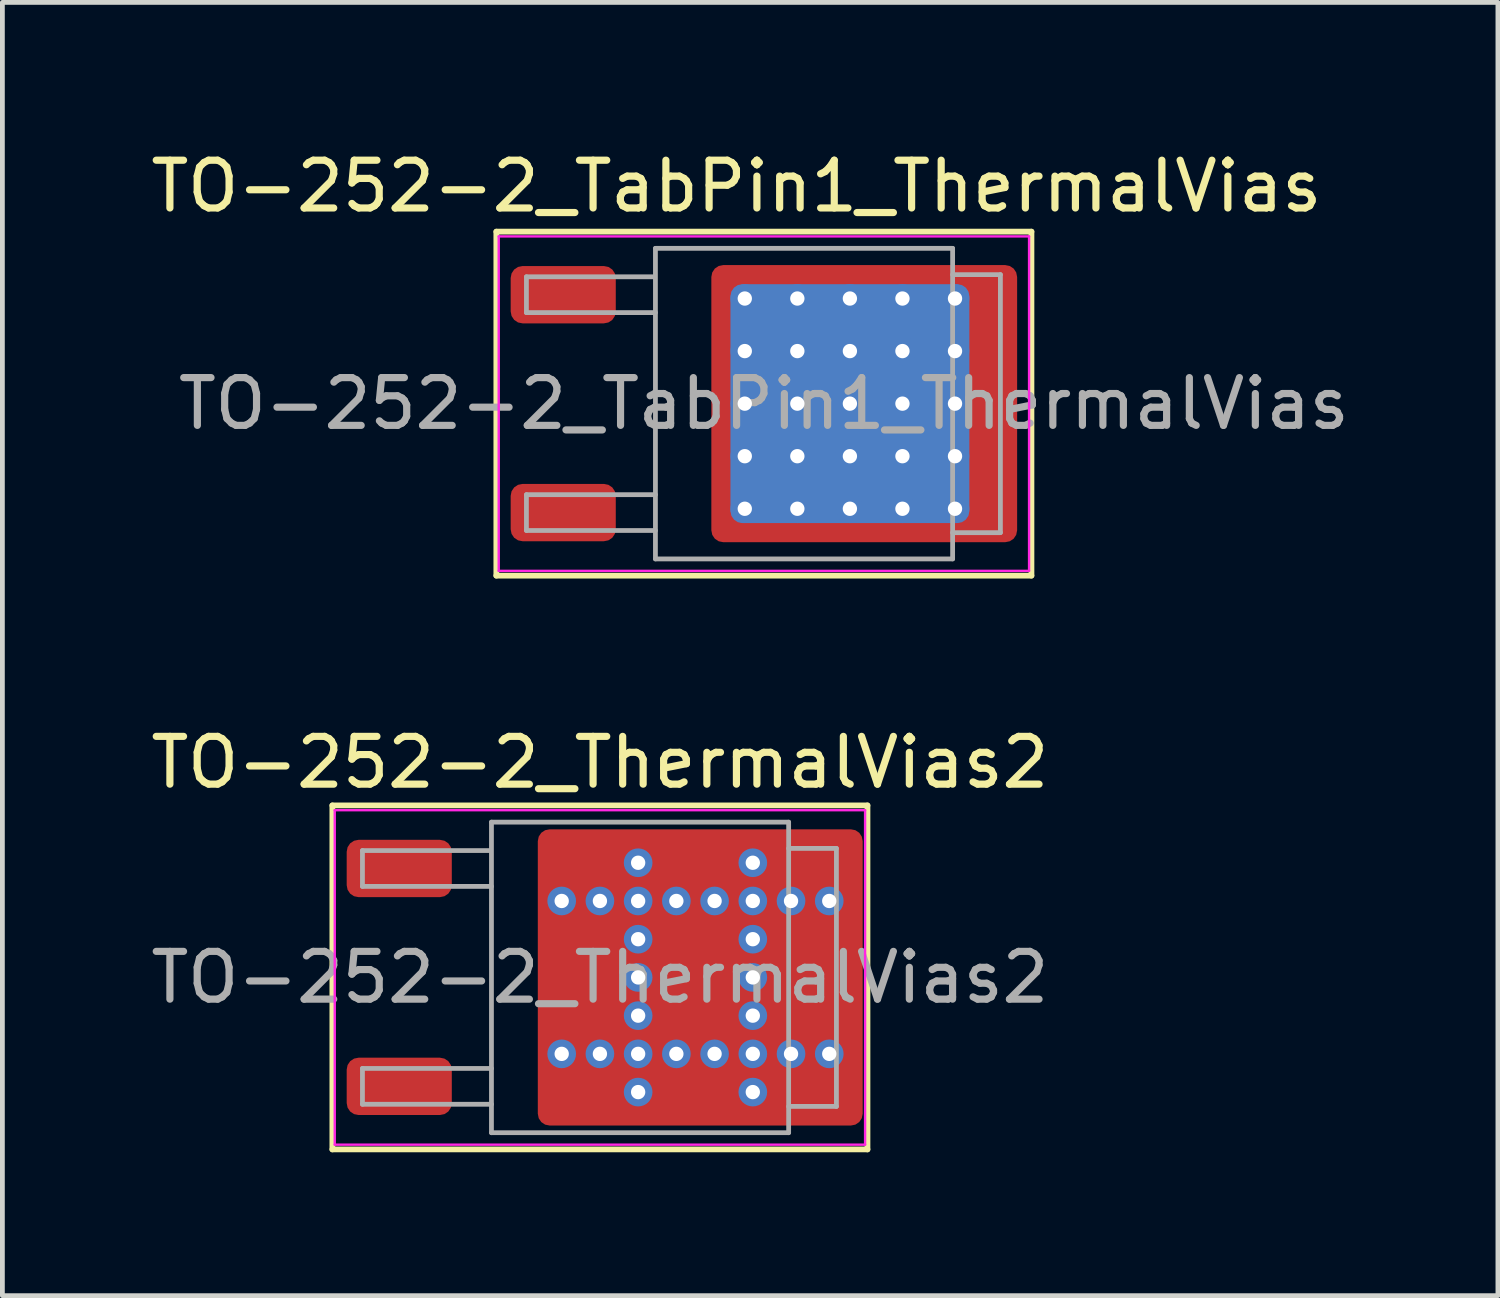
<source format=kicad_pcb>
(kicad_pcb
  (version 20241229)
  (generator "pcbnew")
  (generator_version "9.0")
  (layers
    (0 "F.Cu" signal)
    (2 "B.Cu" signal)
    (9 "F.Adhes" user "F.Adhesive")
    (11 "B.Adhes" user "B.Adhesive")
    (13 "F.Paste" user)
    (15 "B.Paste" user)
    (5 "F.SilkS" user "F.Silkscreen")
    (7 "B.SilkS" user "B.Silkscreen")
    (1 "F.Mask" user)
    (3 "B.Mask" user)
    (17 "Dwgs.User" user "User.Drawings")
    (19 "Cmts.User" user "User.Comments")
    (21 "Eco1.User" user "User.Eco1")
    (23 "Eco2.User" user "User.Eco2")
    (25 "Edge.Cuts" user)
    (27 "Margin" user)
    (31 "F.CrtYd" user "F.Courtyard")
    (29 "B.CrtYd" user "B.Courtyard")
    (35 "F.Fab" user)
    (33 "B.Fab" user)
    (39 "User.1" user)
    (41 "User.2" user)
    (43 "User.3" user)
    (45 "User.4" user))
  (footprint "TO-252-2_TabPin1_ThermalVias"
    (layer "F.Cu")
    (at 12.938 5.398)
    (property "Reference" "TO-252-2_TabPin1_ThermalVias" (at -0.575 -4.55 0) (layer "F.SilkS") (effects (font (size 1 1) (thickness 0.15))))
    (attr smd)
    (fp_line (start -5.6 -3.6) (end -5.6 3.6) (stroke (width 0.12) (type solid)) (layer "F.SilkS"))
    (fp_line (start -5.6 3.6) (end 5.6 3.6) (stroke (width 0.12) (type solid)) (layer "F.SilkS"))
    (fp_line (start 5.6 -3.6) (end -5.6 -3.6) (stroke (width 0.12) (type solid)) (layer "F.SilkS"))
    (fp_line (start 5.6 3.6) (end 5.6 -3.6) (stroke (width 0.12) (type solid)) (layer "F.SilkS"))
    (fp_line (start -5.55 -3.5) (end -5.55 3.5) (stroke (width 0.05) (type solid)) (layer "F.CrtYd"))
    (fp_line (start 5.55 -3.5) (end -5.55 -3.5) (stroke (width 0.05) (type solid)) (layer "F.CrtYd"))
    (fp_line (start 5.55 3.5) (end -5.55 3.5) (stroke (width 0.05) (type solid)) (layer "F.CrtYd"))
    (fp_line (start 5.55 3.5) (end 5.55 -3.5) (stroke (width 0.05) (type solid)) (layer "F.CrtYd"))
    (fp_line (start -4.97 -2.655) (end -4.97 -1.905) (stroke (width 0.1) (type solid)) (layer "F.Fab"))
    (fp_line (start -4.97 -1.905) (end -2.27 -1.905) (stroke (width 0.1) (type solid)) (layer "F.Fab"))
    (fp_line (start -4.97 1.905) (end -4.97 2.655) (stroke (width 0.1) (type solid)) (layer "F.Fab"))
    (fp_line (start -4.97 2.655) (end -2.27 2.655) (stroke (width 0.1) (type solid)) (layer "F.Fab"))
    (fp_line (start -2.3 -2.655) (end -4.97 -2.655) (stroke (width 0.1) (type solid)) (layer "F.Fab"))
    (fp_line (start -2.27 -3.25) (end 3.95 -3.25) (stroke (width 0.1) (type solid)) (layer "F.Fab"))
    (fp_line (start -2.27 1.905) (end -4.97 1.905) (stroke (width 0.1) (type solid)) (layer "F.Fab"))
    (fp_line (start -2.27 3.25) (end -2.27 -3.25) (stroke (width 0.1) (type solid)) (layer "F.Fab"))
    (fp_line (start 3.95 -3.25) (end 3.95 3.25) (stroke (width 0.1) (type solid)) (layer "F.Fab"))
    (fp_line (start 3.95 -2.7) (end 4.95 -2.7) (stroke (width 0.1) (type solid)) (layer "F.Fab"))
    (fp_line (start 3.95 3.25) (end -2.27 3.25) (stroke (width 0.1) (type solid)) (layer "F.Fab"))
    (fp_line (start 4.95 -2.7) (end 4.95 2.7) (stroke (width 0.1) (type solid)) (layer "F.Fab"))
    (fp_line (start 4.95 2.7) (end 3.95 2.7) (stroke (width 0.1) (type solid)) (layer "F.Fab"))
    (fp_text user "${REFERENCE}" (at 0 0 0) (layer "F.Fab") (effects (font (size 1 1) (thickness 0.15))))
    (pad "" smd roundrect (at -0.8 -2.55 90) (size 0.5 0.5) (layers "F.Paste") (roundrect_rratio 0.25))
    (pad "" smd roundrect (at -0.8 -1.65 90) (size 0.9 0.5) (layers "F.Paste") (roundrect_rratio 0.25))
    (pad "" smd roundrect (at -0.8 -0.55 90) (size 0.9 0.5) (layers "F.Paste") (roundrect_rratio 0.25))
    (pad "" smd roundrect (at -0.8 0.55 90) (size 0.9 0.5) (layers "F.Paste") (roundrect_rratio 0.25))
    (pad "" smd roundrect (at -0.8 1.65 90) (size 0.9 0.5) (layers "F.Paste") (roundrect_rratio 0.25))
    (pad "" smd roundrect (at -0.8 2.6 90) (size 0.5 0.5) (layers "F.Paste") (roundrect_rratio 0.25))
    (pad "" smd roundrect (at 0.15 -2.55) (size 0.9 0.5) (layers "F.Paste") (roundrect_rratio 0.25))
    (pad "" smd roundrect (at 0.15 -1.65) (size 0.9 0.9) (layers "F.Paste") (roundrect_rratio 0.25))
    (pad "" smd roundrect (at 0.15 -0.55) (size 0.9 0.9) (layers "F.Paste") (roundrect_rratio 0.25))
    (pad "" smd roundrect (at 0.15 0.55) (size 0.9 0.9) (layers "F.Paste") (roundrect_rratio 0.25))
    (pad "" smd roundrect (at 0.15 1.65) (size 0.9 0.9) (layers "F.Paste") (roundrect_rratio 0.25))
    (pad "" smd roundrect (at 0.15 2.6) (size 0.9 0.5) (layers "F.Paste") (roundrect_rratio 0.25))
    (pad "" smd roundrect (at 1.25 -2.55) (size 0.9 0.5) (layers "F.Paste") (roundrect_rratio 0.25))
    (pad "" smd roundrect (at 1.25 -1.65) (size 0.9 0.9) (layers "F.Paste") (roundrect_rratio 0.25))
    (pad "" smd roundrect (at 1.25 -0.55) (size 0.9 0.9) (layers "F.Paste") (roundrect_rratio 0.25))
    (pad "" smd roundrect (at 1.25 0.55) (size 0.9 0.9) (layers "F.Paste") (roundrect_rratio 0.25))
    (pad "" smd roundrect (at 1.25 1.65) (size 0.9 0.9) (layers "F.Paste") (roundrect_rratio 0.25))
    (pad "" smd roundrect (at 1.25 2.6) (size 0.9 0.5) (layers "F.Paste") (roundrect_rratio 0.25))
    (pad "" smd roundrect (at 2.35 -2.55) (size 0.9 0.5) (layers "F.Paste") (roundrect_rratio 0.25))
    (pad "" smd roundrect (at 2.35 -1.65) (size 0.9 0.9) (layers "F.Paste") (roundrect_rratio 0.25))
    (pad "" smd roundrect (at 2.35 -0.55) (size 0.9 0.9) (layers "F.Paste") (roundrect_rratio 0.25))
    (pad "" smd roundrect (at 2.35 0.55) (size 0.9 0.9) (layers "F.Paste") (roundrect_rratio 0.25))
    (pad "" smd roundrect (at 2.35 1.65) (size 0.9 0.9) (layers "F.Paste") (roundrect_rratio 0.25))
    (pad "" smd roundrect (at 2.35 2.6) (size 0.9 0.5) (layers "F.Paste") (roundrect_rratio 0.25))
    (pad "" smd roundrect (at 3.45 -2.55) (size 0.9 0.5) (layers "F.Paste") (roundrect_rratio 0.25))
    (pad "" smd roundrect (at 3.45 -1.65) (size 0.9 0.9) (layers "F.Paste") (roundrect_rratio 0.25))
    (pad "" smd roundrect (at 3.45 -0.55) (size 0.9 0.9) (layers "F.Paste") (roundrect_rratio 0.25))
    (pad "" smd roundrect (at 3.45 0.55) (size 0.9 0.9) (layers "F.Paste") (roundrect_rratio 0.25))
    (pad "" smd roundrect (at 3.45 1.65) (size 0.9 0.9) (layers "F.Paste") (roundrect_rratio 0.25))
    (pad "" smd roundrect (at 3.45 2.6) (size 0.9 0.5) (layers "F.Paste") (roundrect_rratio 0.25))
    (pad "" smd roundrect (at 4.6 -2.55 90) (size 0.5 0.9) (layers "F.Paste") (roundrect_rratio 0.25))
    (pad "" smd roundrect (at 4.6 -1.65 90) (size 0.9 0.9) (layers "F.Paste") (roundrect_rratio 0.25))
    (pad "" smd roundrect (at 4.6 -0.55 90) (size 0.9 0.9) (layers "F.Paste") (roundrect_rratio 0.25))
    (pad "" smd roundrect (at 4.6 0.55 90) (size 0.9 0.9) (layers "F.Paste") (roundrect_rratio 0.25))
    (pad "" smd roundrect (at 4.6 1.65 90) (size 0.9 0.9) (layers "F.Paste") (roundrect_rratio 0.25))
    (pad "" smd roundrect (at 4.6 2.6 90) (size 0.5 0.9) (layers "F.Paste") (roundrect_rratio 0.25))
    (pad "1" smd roundrect (at -4.2 -2.28) (size 2.2 1.2) (layers "F.Cu" "F.Mask" "F.Paste") (roundrect_rratio 0.208))
    (pad "1" thru_hole circle (at -0.4 -2.2) (size 0.6 0.6) (drill 0.3) (property pad_prop_heatsink) (layers "*.Cu"))
    (pad "1" thru_hole circle (at -0.4 -1.1) (size 0.6 0.6) (drill 0.3) (property pad_prop_heatsink) (layers "*.Cu"))
    (pad "1" thru_hole circle (at -0.4 0) (size 0.6 0.6) (drill 0.3) (property pad_prop_heatsink) (layers "*.Cu"))
    (pad "1" thru_hole circle (at -0.4 1.1) (size 0.6 0.6) (drill 0.3) (property pad_prop_heatsink) (layers "*.Cu"))
    (pad "1" thru_hole circle (at -0.4 2.2) (size 0.6 0.6) (drill 0.3) (property pad_prop_heatsink) (layers "*.Cu"))
    (pad "1" thru_hole circle (at 0.7 -2.2) (size 0.6 0.6) (drill 0.3) (property pad_prop_heatsink) (layers "*.Cu"))
    (pad "1" thru_hole circle (at 0.7 -1.1) (size 0.6 0.6) (drill 0.3) (property pad_prop_heatsink) (layers "*.Cu"))
    (pad "1" thru_hole circle (at 0.7 0) (size 0.6 0.6) (drill 0.3) (property pad_prop_heatsink) (layers "*.Cu"))
    (pad "1" thru_hole circle (at 0.7 1.1) (size 0.6 0.6) (drill 0.3) (property pad_prop_heatsink) (layers "*.Cu"))
    (pad "1" thru_hole circle (at 0.7 2.2) (size 0.6 0.6) (drill 0.3) (property pad_prop_heatsink) (layers "*.Cu"))
    (pad "1" thru_hole circle (at 1.8 -2.2) (size 0.6 0.6) (drill 0.3) (property pad_prop_heatsink) (layers "*.Cu"))
    (pad "1" thru_hole circle (at 1.8 -1.1) (size 0.6 0.6) (drill 0.3) (property pad_prop_heatsink) (layers "*.Cu"))
    (pad "1" thru_hole circle (at 1.8 0) (size 0.6 0.6) (drill 0.3) (property pad_prop_heatsink) (layers "*.Cu"))
    (pad "1" smd roundrect (at 1.8 0) (size 5 5) (layers "B.Cu" "B.Mask") (roundrect_rratio 0.05))
    (pad "1" thru_hole circle (at 1.8 1.1) (size 0.6 0.6) (drill 0.3) (property pad_prop_heatsink) (layers "*.Cu"))
    (pad "1" thru_hole circle (at 1.8 2.2) (size 0.6 0.6) (drill 0.3) (property pad_prop_heatsink) (layers "*.Cu"))
    (pad "1" smd roundrect (at 2.1 0) (size 6.4 5.8) (layers "F.Cu" "F.Mask") (roundrect_rratio 0.043))
    (pad "1" thru_hole circle (at 2.9 -2.2) (size 0.6 0.6) (drill 0.3) (property pad_prop_heatsink) (layers "*.Cu"))
    (pad "1" thru_hole circle (at 2.9 -1.1) (size 0.6 0.6) (drill 0.3) (property pad_prop_heatsink) (layers "*.Cu"))
    (pad "1" thru_hole circle (at 2.9 0) (size 0.6 0.6) (drill 0.3) (property pad_prop_heatsink) (layers "*.Cu"))
    (pad "1" thru_hole circle (at 2.9 1.1) (size 0.6 0.6) (drill 0.3) (property pad_prop_heatsink) (layers "*.Cu"))
    (pad "1" thru_hole circle (at 2.9 2.2) (size 0.6 0.6) (drill 0.3) (property pad_prop_heatsink) (layers "*.Cu"))
    (pad "1" thru_hole circle (at 4 -2.2) (size 0.6 0.6) (drill 0.3) (property pad_prop_heatsink) (layers "*.Cu"))
    (pad "1" thru_hole circle (at 4 -1.1) (size 0.6 0.6) (drill 0.3) (property pad_prop_heatsink) (layers "*.Cu"))
    (pad "1" thru_hole circle (at 4 0) (size 0.6 0.6) (drill 0.3) (property pad_prop_heatsink) (layers "*.Cu"))
    (pad "1" thru_hole circle (at 4 1.1) (size 0.6 0.6) (drill 0.3) (property pad_prop_heatsink) (layers "*.Cu"))
    (pad "1" thru_hole circle (at 4 2.2) (size 0.6 0.6) (drill 0.3) (property pad_prop_heatsink) (layers "*.Cu"))
    (pad "2" smd roundrect (at -4.2 2.28) (size 2.2 1.2) (layers "F.Cu" "F.Mask" "F.Paste") (roundrect_rratio 0.208)))
  (footprint "TO-252-2_ThermalVias2"
    (layer "F.Cu")
    (at 9.506 17.407)
    (property "Reference" "TO-252-2_ThermalVias2" (at 0 -4.5 0) (layer "F.SilkS") (effects (font (size 1 1) (thickness 0.15))))
    (attr smd)
    (fp_line (start -5.6 -3.6) (end -5.6 3.6) (stroke (width 0.12) (type solid)) (layer "F.SilkS"))
    (fp_line (start -5.6 3.6) (end 5.6 3.6) (stroke (width 0.12) (type solid)) (layer "F.SilkS"))
    (fp_line (start 5.6 -3.6) (end -5.6 -3.6) (stroke (width 0.12) (type solid)) (layer "F.SilkS"))
    (fp_line (start 5.6 3.6) (end 5.6 -3.6) (stroke (width 0.12) (type solid)) (layer "F.SilkS"))
    (fp_line (start -5.55 -3.5) (end -5.55 3.5) (stroke (width 0.05) (type solid)) (layer "F.CrtYd"))
    (fp_line (start -5.55 3.5) (end 5.55 3.5) (stroke (width 0.05) (type solid)) (layer "F.CrtYd"))
    (fp_line (start 5.55 -3.5) (end -5.55 -3.5) (stroke (width 0.05) (type solid)) (layer "F.CrtYd"))
    (fp_line (start 5.55 3.5) (end 5.55 -3.5) (stroke (width 0.05) (type solid)) (layer "F.CrtYd"))
    (fp_line (start -4.97 -2.655) (end -4.97 -1.905) (stroke (width 0.1) (type solid)) (layer "F.Fab"))
    (fp_line (start -4.97 -1.905) (end -2.27 -1.905) (stroke (width 0.1) (type solid)) (layer "F.Fab"))
    (fp_line (start -4.97 1.905) (end -4.97 2.655) (stroke (width 0.1) (type solid)) (layer "F.Fab"))
    (fp_line (start -4.97 2.655) (end -2.27 2.655) (stroke (width 0.1) (type solid)) (layer "F.Fab"))
    (fp_line (start -2.3 -2.655) (end -4.97 -2.655) (stroke (width 0.1) (type solid)) (layer "F.Fab"))
    (fp_line (start -2.27 -3.25) (end 3.95 -3.25) (stroke (width 0.1) (type solid)) (layer "F.Fab"))
    (fp_line (start -2.27 1.905) (end -4.97 1.905) (stroke (width 0.1) (type solid)) (layer "F.Fab"))
    (fp_line (start -2.27 3.25) (end -2.27 -3.25) (stroke (width 0.1) (type solid)) (layer "F.Fab"))
    (fp_line (start 3.95 -3.25) (end 3.95 3.25) (stroke (width 0.1) (type solid)) (layer "F.Fab"))
    (fp_line (start 3.95 -2.7) (end 4.95 -2.7) (stroke (width 0.1) (type solid)) (layer "F.Fab"))
    (fp_line (start 3.95 3.25) (end -2.27 3.25) (stroke (width 0.1) (type solid)) (layer "F.Fab"))
    (fp_line (start 4.95 -2.7) (end 4.95 2.7) (stroke (width 0.1) (type solid)) (layer "F.Fab"))
    (fp_line (start 4.95 2.7) (end 3.95 2.7) (stroke (width 0.1) (type solid)) (layer "F.Fab"))
    (fp_text user "${REFERENCE}" (at 0 0 0) (layer "F.Fab") (effects (font (size 1 1) (thickness 0.15))))
    (pad "" smd roundrect (at -0.7 -2.4) (size 0.6 0.8) (layers "F.Paste") (roundrect_rratio 0.25))
    (pad "" smd roundrect (at -0.7 -0.875) (size 0.6 0.65) (layers "F.Paste") (roundrect_rratio 0.25))
    (pad "" smd roundrect (at -0.7 0) (size 0.6 0.7) (layers "F.Paste") (roundrect_rratio 0.25))
    (pad "" smd roundrect (at -0.7 0.875) (size 0.6 0.65) (layers "F.Paste") (roundrect_rratio 0.25))
    (pad "" smd roundrect (at -0.7 2.4) (size 0.6 0.8) (layers "F.Paste") (roundrect_rratio 0.25))
    (pad "" smd roundrect (at -0.3 -2.4 90) (size 1 1.6) (layers "F.Mask") (roundrect_rratio 0.25))
    (pad "" smd roundrect (at -0.3 0 90) (size 2.6 1.6) (layers "F.Mask") (roundrect_rratio 0.156))
    (pad "" smd roundrect (at -0.3 2.4 90) (size 1 1.6) (layers "F.Mask") (roundrect_rratio 0.25))
    (pad "" smd roundrect (at 0.1 -2.4) (size 0.6 0.8) (layers "F.Paste") (roundrect_rratio 0.25))
    (pad "" smd roundrect (at 0.1 -0.875) (size 0.6 0.65) (layers "F.Paste") (roundrect_rratio 0.25))
    (pad "" smd roundrect (at 0.1 0) (size 0.6 0.7) (layers "F.Paste") (roundrect_rratio 0.25))
    (pad "" smd roundrect (at 0.1 0.875) (size 0.6 0.65) (layers "F.Paste") (roundrect_rratio 0.25))
    (pad "" smd roundrect (at 0.1 2.4) (size 0.6 0.8) (layers "F.Paste") (roundrect_rratio 0.25))
    (pad "" smd roundrect (at 1.575 -2.4) (size 0.65 0.8) (layers "F.Paste") (roundrect_rratio 0.25))
    (pad "" smd roundrect (at 1.575 -0.875) (size 0.65 0.65) (layers "F.Paste") (roundrect_rratio 0.25))
    (pad "" smd roundrect (at 1.575 0) (size 0.65 0.7) (layers "F.Paste") (roundrect_rratio 0.25))
    (pad "" smd roundrect (at 1.575 0.875) (size 0.65 0.65) (layers "F.Paste") (roundrect_rratio 0.25))
    (pad "" smd roundrect (at 1.575 2.4) (size 0.65 0.8) (layers "F.Paste") (roundrect_rratio 0.25))
    (pad "" smd roundrect (at 2 -2.4 90) (size 1 1.8) (layers "F.Mask") (roundrect_rratio 0.25))
    (pad "" smd roundrect (at 2 0 90) (size 2.6 1.8) (layers "F.Mask") (roundrect_rratio 0.139))
    (pad "" smd roundrect (at 2 2.4 90) (size 1 1.8) (layers "F.Mask") (roundrect_rratio 0.25))
    (pad "" smd roundrect (at 2.425 -2.4) (size 0.65 0.8) (layers "F.Paste") (roundrect_rratio 0.25))
    (pad "" smd roundrect (at 2.425 -0.875) (size 0.65 0.65) (layers "F.Paste") (roundrect_rratio 0.25))
    (pad "" smd roundrect (at 2.425 0) (size 0.65 0.7) (layers "F.Paste") (roundrect_rratio 0.25))
    (pad "" smd roundrect (at 2.425 0.875) (size 0.65 0.65) (layers "F.Paste") (roundrect_rratio 0.25))
    (pad "" smd roundrect (at 2.425 2.4) (size 0.65 0.8) (layers "F.Paste") (roundrect_rratio 0.25))
    (pad "" smd roundrect (at 3.975 -2.4) (size 0.65 0.8) (layers "F.Paste") (roundrect_rratio 0.25))
    (pad "" smd roundrect (at 3.975 -0.875) (size 0.65 0.65) (layers "F.Paste") (roundrect_rratio 0.25))
    (pad "" smd roundrect (at 3.975 0) (size 0.65 0.7) (layers "F.Paste") (roundrect_rratio 0.25))
    (pad "" smd roundrect (at 3.975 0.875) (size 0.65 0.65) (layers "F.Paste") (roundrect_rratio 0.25))
    (pad "" smd roundrect (at 3.975 2.4) (size 0.65 0.8) (layers "F.Paste") (roundrect_rratio 0.25))
    (pad "" smd roundrect (at 4.4 -2.4 90) (size 1 1.8) (layers "F.Mask") (roundrect_rratio 0.25))
    (pad "" smd roundrect (at 4.4 0 90) (size 2.6 1.8) (layers "F.Mask") (roundrect_rratio 0.139))
    (pad "" smd roundrect (at 4.4 2.4 90) (size 1 1.8) (layers "F.Mask") (roundrect_rratio 0.25))
    (pad "" smd roundrect (at 4.825 -2.4) (size 0.65 0.8) (layers "F.Paste") (roundrect_rratio 0.25))
    (pad "" smd roundrect (at 4.825 -0.875) (size 0.65 0.65) (layers "F.Paste") (roundrect_rratio 0.25))
    (pad "" smd roundrect (at 4.825 0) (size 0.65 0.7) (layers "F.Paste") (roundrect_rratio 0.25))
    (pad "" smd roundrect (at 4.825 0.875) (size 0.65 0.65) (layers "F.Paste") (roundrect_rratio 0.25))
    (pad "" smd roundrect (at 4.825 2.4) (size 0.65 0.8) (layers "F.Paste") (roundrect_rratio 0.25))
    (pad "1" smd roundrect (at -4.2 -2.28) (size 2.2 1.2) (layers "F.Cu" "F.Mask" "F.Paste") (roundrect_rratio 0.208))
    (pad "2" thru_hole circle (at -0.8 -1.6) (size 0.6 0.6) (drill 0.3) (property pad_prop_heatsink) (layers "*.Cu" "*.Mask"))
    (pad "2" thru_hole circle (at -0.8 1.6) (size 0.6 0.6) (drill 0.3) (property pad_prop_heatsink) (layers "*.Cu" "*.Mask"))
    (pad "2" thru_hole circle (at 0 -1.6) (size 0.6 0.6) (drill 0.3) (property pad_prop_heatsink) (layers "*.Cu" "*.Mask"))
    (pad "2" thru_hole circle (at 0 1.6) (size 0.6 0.6) (drill 0.3) (property pad_prop_heatsink) (layers "*.Cu" "*.Mask"))
    (pad "2" thru_hole circle (at 0.8 -2.4) (size 0.6 0.6) (drill 0.3) (property pad_prop_heatsink) (layers "*.Cu" "*.Mask"))
    (pad "2" thru_hole circle (at 0.8 -1.6) (size 0.6 0.6) (drill 0.3) (property pad_prop_heatsink) (layers "*.Cu" "*.Mask"))
    (pad "2" thru_hole circle (at 0.8 -0.8) (size 0.6 0.6) (drill 0.3) (property pad_prop_heatsink) (layers "*.Cu" "*.Mask"))
    (pad "2" thru_hole circle (at 0.8 0) (size 0.6 0.6) (drill 0.3) (property pad_prop_heatsink) (layers "*.Cu" "*.Mask"))
    (pad "2" thru_hole circle (at 0.8 0.8) (size 0.6 0.6) (drill 0.3) (property pad_prop_heatsink) (layers "*.Cu" "*.Mask"))
    (pad "2" thru_hole circle (at 0.8 1.6) (size 0.6 0.6) (drill 0.3) (property pad_prop_heatsink) (layers "*.Cu" "*.Mask"))
    (pad "2" thru_hole circle (at 0.8 2.4) (size 0.6 0.6) (drill 0.3) (property pad_prop_heatsink) (layers "*.Cu" "*.Mask"))
    (pad "2" thru_hole circle (at 1.6 -1.6) (size 0.6 0.6) (drill 0.3) (property pad_prop_heatsink) (layers "*.Cu" "*.Mask"))
    (pad "2" thru_hole circle (at 1.6 1.6) (size 0.6 0.6) (drill 0.3) (property pad_prop_heatsink) (layers "*.Cu" "*.Mask"))
    (pad "2" smd roundrect (at 2.1 0) (size 6.8 6.2) (layers "F.Cu") (roundrect_rratio 0.04))
    (pad "2" thru_hole circle (at 2.4 -1.6) (size 0.6 0.6) (drill 0.3) (property pad_prop_heatsink) (layers "*.Cu" "*.Mask"))
    (pad "2" thru_hole circle (at 2.4 1.6) (size 0.6 0.6) (drill 0.3) (property pad_prop_heatsink) (layers "*.Cu" "*.Mask"))
    (pad "2" thru_hole circle (at 3.2 -2.4) (size 0.6 0.6) (drill 0.3) (property pad_prop_heatsink) (layers "*.Cu" "*.Mask"))
    (pad "2" thru_hole circle (at 3.2 -1.6) (size 0.6 0.6) (drill 0.3) (property pad_prop_heatsink) (layers "*.Cu" "*.Mask"))
    (pad "2" thru_hole circle (at 3.2 -0.8) (size 0.6 0.6) (drill 0.3) (property pad_prop_heatsink) (layers "*.Cu" "*.Mask"))
    (pad "2" thru_hole circle (at 3.2 0) (size 0.6 0.6) (drill 0.3) (property pad_prop_heatsink) (layers "*.Cu" "*.Mask"))
    (pad "2" thru_hole circle (at 3.2 0.8) (size 0.6 0.6) (drill 0.3) (property pad_prop_heatsink) (layers "*.Cu" "*.Mask"))
    (pad "2" thru_hole circle (at 3.2 1.6) (size 0.6 0.6) (drill 0.3) (property pad_prop_heatsink) (layers "*.Cu" "*.Mask"))
    (pad "2" thru_hole circle (at 3.2 2.4) (size 0.6 0.6) (drill 0.3) (property pad_prop_heatsink) (layers "*.Cu" "*.Mask"))
    (pad "2" thru_hole circle (at 4 -1.6) (size 0.6 0.6) (drill 0.3) (property pad_prop_heatsink) (layers "*.Cu" "*.Mask"))
    (pad "2" thru_hole circle (at 4 1.6) (size 0.6 0.6) (drill 0.3) (property pad_prop_heatsink) (layers "*.Cu" "*.Mask"))
    (pad "2" thru_hole circle (at 4.8 -1.6) (size 0.6 0.6) (drill 0.3) (property pad_prop_heatsink) (layers "*.Cu" "*.Mask"))
    (pad "2" thru_hole circle (at 4.8 1.6) (size 0.6 0.6) (drill 0.3) (property pad_prop_heatsink) (layers "*.Cu" "*.Mask"))
    (pad "3" smd roundrect (at -4.2 2.28) (size 2.2 1.2) (layers "F.Cu" "F.Mask" "F.Paste") (roundrect_rratio 0.208)))
  (gr_rect
    (start -3 -3)
    (end 28.301 24.067)
    (stroke (width 0.1) (type default))
    (fill no)
    (layer "Edge.Cuts")))
</source>
